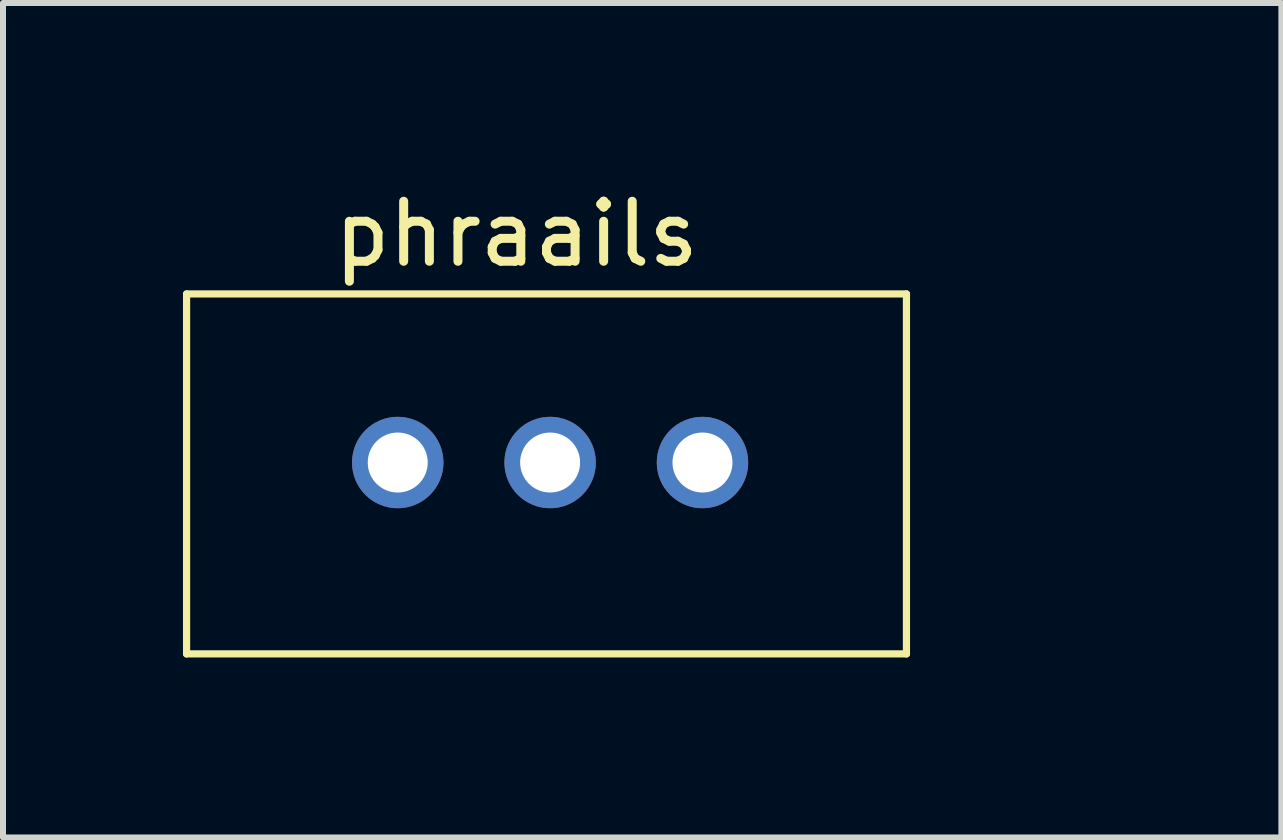
<source format=kicad_pcb>
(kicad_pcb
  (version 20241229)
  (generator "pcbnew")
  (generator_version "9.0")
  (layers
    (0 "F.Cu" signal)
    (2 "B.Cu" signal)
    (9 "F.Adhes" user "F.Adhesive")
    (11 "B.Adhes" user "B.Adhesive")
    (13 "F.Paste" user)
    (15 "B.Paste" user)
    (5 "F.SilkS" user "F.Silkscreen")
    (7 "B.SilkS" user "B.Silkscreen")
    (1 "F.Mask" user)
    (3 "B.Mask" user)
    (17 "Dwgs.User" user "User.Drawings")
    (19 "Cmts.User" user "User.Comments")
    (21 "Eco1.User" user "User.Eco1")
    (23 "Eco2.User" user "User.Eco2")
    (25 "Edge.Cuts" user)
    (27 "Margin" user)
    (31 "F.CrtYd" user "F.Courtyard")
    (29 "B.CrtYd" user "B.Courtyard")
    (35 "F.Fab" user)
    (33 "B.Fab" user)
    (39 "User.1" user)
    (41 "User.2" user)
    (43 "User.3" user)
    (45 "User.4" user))
  (footprint "phraails"
    (layer "F.Cu")
    (at 15.06 0.25)
    (property "Reference" "phraails" (at -9.5 0.6 0) (layer "F.SilkS") (effects (font (size 1 1) (thickness 0.15))))
    (attr through_hole)
    (fp_line (start -15 1.6) (end -15 7.6) (stroke (width 0.12) (type solid)) (layer "F.SilkS"))
    (fp_line (start -15 1.6) (end -3 1.6) (stroke (width 0.12) (type solid)) (layer "F.SilkS"))
    (fp_line (start -15 7.6) (end -3 7.6) (stroke (width 0.12) (type solid)) (layer "F.SilkS"))
    (fp_line (start -3 7.6) (end -3 1.6) (stroke (width 0.12) (type solid)) (layer "F.SilkS"))
    (pad "1" thru_hole circle (at -11.48 4.41) (size 1.524 1.524) (drill 1) (layers "*.Cu" "*.Mask"))
    (pad "2" thru_hole circle (at -8.94 4.41) (size 1.524 1.524) (drill 1) (layers "*.Cu" "*.Mask"))
    (pad "3" thru_hole circle (at -6.4 4.41) (size 1.524 1.524) (drill 1) (layers "*.Cu" "*.Mask")))
  (gr_rect
    (start -3 -3)
    (end 18.31 10.91)
    (stroke (width 0.1) (type default))
    (fill no)
    (layer "Edge.Cuts")))
</source>
